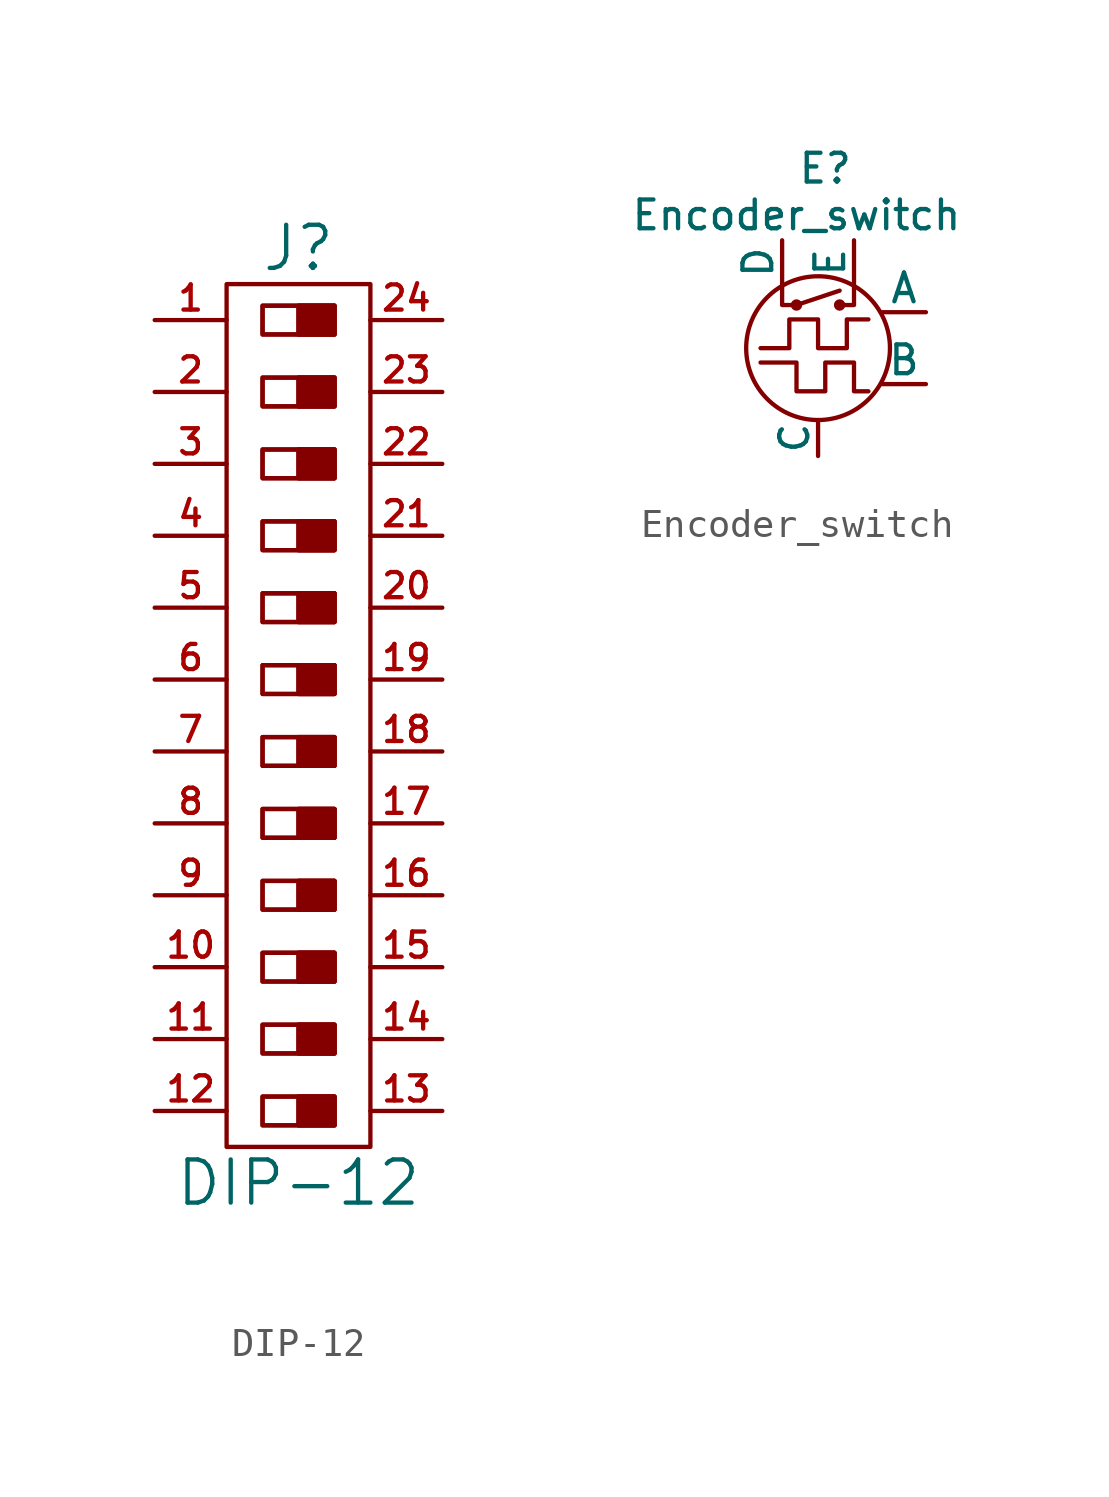
<source format=kicad_sym>
(kicad_symbol_lib
  (version 20220914)
  (generator kicad_symbol_editor)
  (symbol "DIP-12"
    (pin_names
      (offset 0))
    (property "Reference" "J"
      (at 0 16.51 0)
      (effects (font (size 1.524 1.524))))
    (property "Value" "DIP-12"
      (at 0 -16.51 0)
      (effects (font (size 1.524 1.524))))
    (property "Footprint" ""
      (at 0 10.16 0)
      (effects (font (size 1.524 1.524))))
    (property "Datasheet" ""
      (at 0 0 0)
      (effects (font (size 1.524 1.524))))
    (symbol "DIP-12_0_1"
      (rectangle (start -1.27 -13.462) (end 1.27 -14.478) (stroke (width 0) (type solid)) (fill (type none)))
      (rectangle (start -1.27 -13.462) (end 1.27 -14.478) (stroke (width 0) (type solid)) (fill (type none)))
      (rectangle (start -1.27 -10.922) (end 1.27 -11.938) (stroke (width 0) (type solid)) (fill (type none)))
      (rectangle (start -1.27 -10.922) (end 1.27 -11.938) (stroke (width 0) (type solid)) (fill (type none)))
      (rectangle (start -1.27 -8.382) (end 1.27 -9.398) (stroke (width 0) (type solid)) (fill (type none)))
      (rectangle (start -1.27 -8.382) (end 1.27 -9.398) (stroke (width 0) (type solid)) (fill (type none)))
      (rectangle (start -1.27 -5.842) (end 1.27 -6.858) (stroke (width 0) (type solid)) (fill (type none)))
      (rectangle (start -1.27 -5.842) (end 1.27 -6.858) (stroke (width 0) (type solid)) (fill (type none)))
      (rectangle (start -1.27 -3.302) (end 1.27 -4.318) (stroke (width 0) (type solid)) (fill (type none)))
      (rectangle (start -1.27 -3.302) (end 1.27 -4.318) (stroke (width 0) (type solid)) (fill (type none)))
      (rectangle (start -1.27 -0.762) (end 1.27 -1.778) (stroke (width 0) (type solid)) (fill (type none)))
      (rectangle (start -1.27 -0.762) (end 1.27 -1.778) (stroke (width 0) (type solid)) (fill (type none)))
      (rectangle (start -1.27 1.778) (end 1.27 0.762) (stroke (width 0) (type solid)) (fill (type none)))
      (rectangle (start -1.27 1.778) (end 1.27 0.762) (stroke (width 0) (type solid)) (fill (type none)))
      (rectangle (start -1.27 4.318) (end 1.27 3.302) (stroke (width 0) (type solid)) (fill (type none)))
      (rectangle (start -1.27 4.318) (end 1.27 3.302) (stroke (width 0) (type solid)) (fill (type none)))
      (rectangle (start -1.27 6.858) (end 1.27 5.842) (stroke (width 0) (type solid)) (fill (type none)))
      (rectangle (start -1.27 6.858) (end 1.27 5.842) (stroke (width 0) (type solid)) (fill (type none)))
      (rectangle (start -1.27 9.398) (end 1.27 8.382) (stroke (width 0) (type solid)) (fill (type none)))
      (rectangle (start -1.27 9.398) (end 1.27 8.382) (stroke (width 0) (type solid)) (fill (type none)))
      (rectangle (start -1.27 11.938) (end 1.27 10.922) (stroke (width 0) (type solid)) (fill (type none)))
      (rectangle (start -1.27 11.938) (end 1.27 10.922) (stroke (width 0) (type solid)) (fill (type none)))
      (rectangle (start -1.27 14.478) (end 1.27 13.462) (stroke (width 0) (type solid)) (fill (type none)))
      (rectangle (start -1.27 14.478) (end 1.27 13.462) (stroke (width 0) (type solid)) (fill (type none)))
      (rectangle (start 0 -13.462) (end 1.27 -14.478) (stroke (width 0) (type solid)) (fill (type outline)))
      (rectangle (start 0 -13.462) (end 1.27 -14.478) (stroke (width 0) (type solid)) (fill (type outline)))
      (rectangle (start 0 -10.922) (end 1.27 -11.938) (stroke (width 0) (type solid)) (fill (type outline)))
      (rectangle (start 0 -10.922) (end 1.27 -11.938) (stroke (width 0) (type solid)) (fill (type outline)))
      (rectangle (start 0 -8.382) (end 1.27 -9.398) (stroke (width 0) (type solid)) (fill (type outline)))
      (rectangle (start 0 -8.382) (end 1.27 -9.398) (stroke (width 0) (type solid)) (fill (type outline)))
      (rectangle (start 0 -5.842) (end 1.27 -6.858) (stroke (width 0) (type solid)) (fill (type outline)))
      (rectangle (start 0 -5.842) (end 1.27 -6.858) (stroke (width 0) (type solid)) (fill (type outline)))
      (rectangle (start 0 -3.302) (end 1.27 -4.318) (stroke (width 0) (type solid)) (fill (type outline)))
      (rectangle (start 0 -3.302) (end 1.27 -4.318) (stroke (width 0) (type solid)) (fill (type outline)))
      (rectangle (start 0 -0.762) (end 1.27 -1.778) (stroke (width 0) (type solid)) (fill (type outline)))
      (rectangle (start 0 -0.762) (end 1.27 -1.778) (stroke (width 0) (type solid)) (fill (type outline)))
      (rectangle (start 0 1.778) (end 1.27 0.762) (stroke (width 0) (type solid)) (fill (type outline)))
      (rectangle (start 0 1.778) (end 1.27 0.762) (stroke (width 0) (type solid)) (fill (type outline)))
      (rectangle (start 0 4.318) (end 1.27 3.302) (stroke (width 0) (type solid)) (fill (type outline)))
      (rectangle (start 0 4.318) (end 1.27 3.302) (stroke (width 0) (type solid)) (fill (type outline)))
      (rectangle (start 0 6.858) (end 1.27 5.842) (stroke (width 0) (type solid)) (fill (type outline)))
      (rectangle (start 0 6.858) (end 1.27 5.842) (stroke (width 0) (type solid)) (fill (type outline)))
      (rectangle (start 0 9.398) (end 1.27 8.382) (stroke (width 0) (type solid)) (fill (type outline)))
      (rectangle (start 0 9.398) (end 1.27 8.382) (stroke (width 0) (type solid)) (fill (type outline)))
      (rectangle (start 0 11.938) (end 1.27 10.922) (stroke (width 0) (type solid)) (fill (type outline)))
      (rectangle (start 0 11.938) (end 1.27 10.922) (stroke (width 0) (type solid)) (fill (type outline)))
      (rectangle (start 0 14.478) (end 1.27 13.462) (stroke (width 0) (type solid)) (fill (type outline)))
      (rectangle (start 0 14.478) (end 1.27 13.462) (stroke (width 0) (type solid)) (fill (type outline)))
      (rectangle (start 2.54 15.24) (end -2.54 -15.24) (stroke (width 0) (type solid)) (fill (type none))))
    (symbol "DIP-12_1_1"
      (pin passive line (at -5.08 13.97 0) (length 2.54) (name "~" (effects (font (size 1.27 1.27)))) (number "1" (effects (font (size 0.889 0.889)))))
      (pin passive line (at -5.08 -8.89 0) (length 2.54) (name "~" (effects (font (size 1.27 1.27)))) (number "10" (effects (font (size 0.889 0.889)))))
      (pin passive line (at -5.08 -11.43 0) (length 2.54) (name "~" (effects (font (size 1.27 1.27)))) (number "11" (effects (font (size 0.889 0.889)))))
      (pin passive line (at -5.08 -13.97 0) (length 2.54) (name "~" (effects (font (size 1.27 1.27)))) (number "12" (effects (font (size 0.889 0.889)))))
      (pin passive line (at 5.08 -13.97 180) (length 2.54) (name "~" (effects (font (size 1.27 1.27)))) (number "13" (effects (font (size 0.889 0.889)))))
      (pin passive line (at 5.08 -11.43 180) (length 2.54) (name "~" (effects (font (size 1.27 1.27)))) (number "14" (effects (font (size 0.889 0.889)))))
      (pin passive line (at 5.08 -8.89 180) (length 2.54) (name "~" (effects (font (size 1.27 1.27)))) (number "15" (effects (font (size 0.889 0.889)))))
      (pin passive line (at 5.08 -6.35 180) (length 2.54) (name "~" (effects (font (size 1.27 1.27)))) (number "16" (effects (font (size 0.889 0.889)))))
      (pin passive line (at 5.08 -3.81 180) (length 2.54) (name "~" (effects (font (size 1.27 1.27)))) (number "17" (effects (font (size 0.889 0.889)))))
      (pin passive line (at 5.08 -1.27 180) (length 2.54) (name "~" (effects (font (size 1.27 1.27)))) (number "18" (effects (font (size 0.889 0.889)))))
      (pin passive line (at 5.08 1.27 180) (length 2.54) (name "~" (effects (font (size 1.27 1.27)))) (number "19" (effects (font (size 0.889 0.889)))))
      (pin passive line (at -5.08 11.43 0) (length 2.54) (name "~" (effects (font (size 1.27 1.27)))) (number "2" (effects (font (size 0.889 0.889)))))
      (pin passive line (at 5.08 3.81 180) (length 2.54) (name "~" (effects (font (size 1.27 1.27)))) (number "20" (effects (font (size 0.889 0.889)))))
      (pin passive line (at 5.08 6.35 180) (length 2.54) (name "~" (effects (font (size 1.27 1.27)))) (number "21" (effects (font (size 0.889 0.889)))))
      (pin passive line (at 5.08 8.89 180) (length 2.54) (name "~" (effects (font (size 1.27 1.27)))) (number "22" (effects (font (size 0.889 0.889)))))
      (pin passive line (at 5.08 11.43 180) (length 2.54) (name "~" (effects (font (size 1.27 1.27)))) (number "23" (effects (font (size 0.889 0.889)))))
      (pin passive line (at 5.08 13.97 180) (length 2.54) (name "~" (effects (font (size 1.27 1.27)))) (number "24" (effects (font (size 0.889 0.889)))))
      (pin passive line (at -5.08 8.89 0) (length 2.54) (name "~" (effects (font (size 1.27 1.27)))) (number "3" (effects (font (size 0.889 0.889)))))
      (pin passive line (at -5.08 6.35 0) (length 2.54) (name "~" (effects (font (size 1.27 1.27)))) (number "4" (effects (font (size 0.889 0.889)))))
      (pin passive line (at -5.08 3.81 0) (length 2.54) (name "~" (effects (font (size 1.27 1.27)))) (number "5" (effects (font (size 0.889 0.889)))))
      (pin passive line (at -5.08 1.27 0) (length 2.54) (name "~" (effects (font (size 1.27 1.27)))) (number "6" (effects (font (size 0.889 0.889)))))
      (pin passive line (at -5.08 -1.27 0) (length 2.54) (name "~" (effects (font (size 1.27 1.27)))) (number "7" (effects (font (size 0.889 0.889)))))
      (pin passive line (at -5.08 -3.81 0) (length 2.54) (name "~" (effects (font (size 1.27 1.27)))) (number "8" (effects (font (size 0.889 0.889)))))
      (pin passive line (at -5.08 -6.35 0) (length 2.54) (name "~" (effects (font (size 1.27 1.27)))) (number "9" (effects (font (size 0.889 0.889)))))))
  (symbol "Encoder_switch"
    (pin_numbers hide)
    (pin_names
      (offset 0))
    (property "Reference" "E"
      (at 0.254 6.35 0)
      (effects (font (size 1.016 1.016))))
    (property "Value" "Encoder_switch"
      (at -0.762 4.699 0)
      (effects (font (size 1.016 1.016))))
    (property "Footprint" ""
      (at 0 0 0)
      (effects (font (size 1.524 1.524))))
    (property "Datasheet" ""
      (at 0 0 0)
      (effects (font (size 1.524 1.524))))
    (symbol "Encoder_switch_0_1"
      (circle (center -0.762 1.524) (radius 0.127) (stroke (width 0) (type solid)) (fill (type none)))
      (polyline (pts (xy -0.762 1.524) (xy 0.762 2.032)) (stroke (width 0) (type solid)) (fill (type none)))
      (polyline (pts (xy -1.27 2.159) (xy -1.27 1.524) (xy -0.762 1.524)) (stroke (width 0) (type solid)) (fill (type none)))
      (polyline (pts (xy 0.762 1.524) (xy 1.27 1.524) (xy 1.27 2.159)) (stroke (width 0) (type solid)) (fill (type none)))
      (polyline (pts (xy -2.032 -0.508) (xy -0.762 -0.508) (xy -0.762 -1.524) (xy 0.254 -1.524) (xy 0.254 -0.508) (xy 1.27 -0.508) (xy 1.27 -1.524) (xy 1.778 -1.524)) (stroke (width 0) (type solid)) (fill (type none)))
      (polyline (pts (xy -2.032 0) (xy -1.016 0) (xy -1.016 1.016) (xy 0 1.016) (xy 0 0) (xy 1.016 0) (xy 1.016 1.016) (xy 1.778 1.016)) (stroke (width 0) (type solid)) (fill (type none)))
      (circle (center 0 0) (radius 2.54) (stroke (width 0) (type solid)) (fill (type none)))
      (circle (center 0.762 1.524) (radius 0.127) (stroke (width 0) (type solid)) (fill (type none))))
    (symbol "Encoder_switch_1_1"
      (pin passive line (at 3.81 1.27 180) (length 1.549) (name "A" (effects (font (size 1.016 1.016)))) (number "1" (effects (font (size 1.016 1.016)))))
      (pin input line (at 0 -3.81 90) (length 1.27) (name "C" (effects (font (size 0.991 0.991)))) (number "2" (effects (font (size 0.991 0.991)))))
      (pin passive line (at 3.81 -1.27 180) (length 1.549) (name "B" (effects (font (size 1.016 1.016)))) (number "3" (effects (font (size 1.016 1.016)))))
      (pin passive line (at 1.27 3.81 270) (length 1.549) (name "E" (effects (font (size 1.016 1.016)))) (number "4" (effects (font (size 1.016 1.016)))))
      (pin passive line (at -1.27 3.81 270) (length 1.549) (name "D" (effects (font (size 1.016 1.016)))) (number "5" (effects (font (size 1.016 1.016))))))))
</source>
